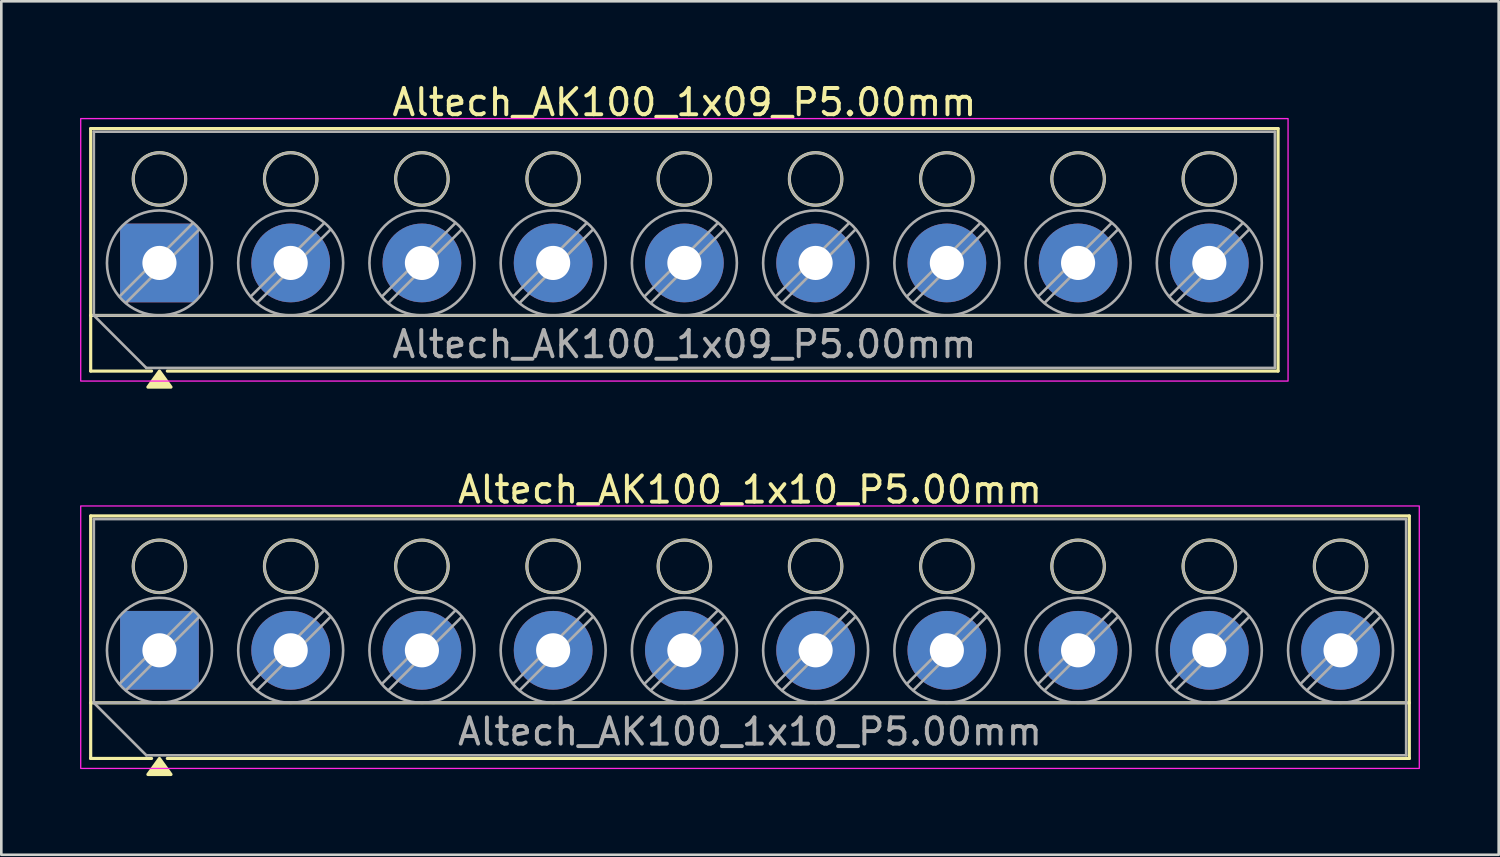
<source format=kicad_pcb>
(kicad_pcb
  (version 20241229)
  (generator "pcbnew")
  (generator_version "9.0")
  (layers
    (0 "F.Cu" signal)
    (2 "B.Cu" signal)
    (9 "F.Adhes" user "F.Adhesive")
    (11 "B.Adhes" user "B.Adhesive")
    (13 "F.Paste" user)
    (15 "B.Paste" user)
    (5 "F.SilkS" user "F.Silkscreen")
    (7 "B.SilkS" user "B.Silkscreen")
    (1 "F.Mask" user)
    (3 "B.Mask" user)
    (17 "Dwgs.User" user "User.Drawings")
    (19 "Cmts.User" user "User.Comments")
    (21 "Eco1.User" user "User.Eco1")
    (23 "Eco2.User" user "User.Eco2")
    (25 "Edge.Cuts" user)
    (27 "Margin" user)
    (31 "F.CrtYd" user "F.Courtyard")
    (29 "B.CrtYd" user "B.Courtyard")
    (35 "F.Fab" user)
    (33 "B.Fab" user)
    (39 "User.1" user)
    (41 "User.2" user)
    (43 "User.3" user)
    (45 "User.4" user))
  (footprint "Altech_AK100_1x10_P5.00mm"
    (layer "F.Cu")
    (at 3.025 21.727)
    (property "Reference" "Altech_AK100_1x10_P5.00mm" (at 22.5 -6.12 0) (layer "F.SilkS") (effects (font (size 1 1) (thickness 0.15))))
    (attr through_hole)
    (fp_line (start -2.62 -5.12) (end 47.62 -5.12) (stroke (width 0.12) (type solid)) (layer "F.SilkS"))
    (fp_line (start -2.62 2) (end 47.62 2) (stroke (width 0.12) (type solid)) (layer "F.SilkS"))
    (fp_line (start -2.62 4.12) (end -2.62 -5.12) (stroke (width 0.12) (type solid)) (layer "F.SilkS"))
    (fp_line (start -0.3 4.12) (end -2.62 4.12) (stroke (width 0.12) (type solid)) (layer "F.SilkS"))
    (fp_line (start 47.62 -5.12) (end 47.62 4.12) (stroke (width 0.12) (type solid)) (layer "F.SilkS"))
    (fp_line (start 47.62 4.12) (end 0.3 4.12) (stroke (width 0.12) (type solid)) (layer "F.SilkS"))
    (fp_circle (center 0 -3.2) (end 1 -3.2) (stroke (width 0.12) (type solid)) (fill no) (layer "F.SilkS"))
    (fp_circle (center 5 -3.2) (end 6 -3.2) (stroke (width 0.12) (type solid)) (fill no) (layer "F.SilkS"))
    (fp_circle (center 10 -3.2) (end 11 -3.2) (stroke (width 0.12) (type solid)) (fill no) (layer "F.SilkS"))
    (fp_circle (center 15 -3.2) (end 16 -3.2) (stroke (width 0.12) (type solid)) (fill no) (layer "F.SilkS"))
    (fp_circle (center 20 -3.2) (end 21 -3.2) (stroke (width 0.12) (type solid)) (fill no) (layer "F.SilkS"))
    (fp_circle (center 25 -3.2) (end 26 -3.2) (stroke (width 0.12) (type solid)) (fill no) (layer "F.SilkS"))
    (fp_circle (center 30 -3.2) (end 31 -3.2) (stroke (width 0.12) (type solid)) (fill no) (layer "F.SilkS"))
    (fp_circle (center 35 -3.2) (end 36 -3.2) (stroke (width 0.12) (type solid)) (fill no) (layer "F.SilkS"))
    (fp_circle (center 40 -3.2) (end 41 -3.2) (stroke (width 0.12) (type solid)) (fill no) (layer "F.SilkS"))
    (fp_circle (center 45 -3.2) (end 46 -3.2) (stroke (width 0.12) (type solid)) (fill no) (layer "F.SilkS"))
    (fp_poly (pts (xy 0 4.12) (xy 0.44 4.73) (xy -0.44 4.73)) (stroke (width 0.12) (type solid)) (fill yes) (layer "F.SilkS"))
    (fp_rect (start -3 -5.5) (end 48 4.5) (stroke (width 0.05) (type solid)) (fill no) (layer "F.CrtYd"))
    (fp_line (start -2.5 -5) (end 47.5 -5) (stroke (width 0.1) (type solid)) (layer "F.Fab"))
    (fp_line (start -2.5 2) (end -2.5 -5) (stroke (width 0.1) (type solid)) (layer "F.Fab"))
    (fp_line (start -2.5 2) (end 47.5 2) (stroke (width 0.1) (type solid)) (layer "F.Fab"))
    (fp_line (start -0.5 4) (end -2.5 2) (stroke (width 0.1) (type solid)) (layer "F.Fab"))
    (fp_line (start 1.273 -1.517) (end -1.517 1.273) (stroke (width 0.1) (type solid)) (layer "F.Fab"))
    (fp_line (start 1.517 -1.273) (end -1.273 1.517) (stroke (width 0.1) (type solid)) (layer "F.Fab"))
    (fp_line (start 6.273 -1.517) (end 3.483 1.273) (stroke (width 0.1) (type solid)) (layer "F.Fab"))
    (fp_line (start 6.517 -1.273) (end 3.727 1.517) (stroke (width 0.1) (type solid)) (layer "F.Fab"))
    (fp_line (start 11.273 -1.517) (end 8.483 1.273) (stroke (width 0.1) (type solid)) (layer "F.Fab"))
    (fp_line (start 11.517 -1.273) (end 8.727 1.517) (stroke (width 0.1) (type solid)) (layer "F.Fab"))
    (fp_line (start 16.273 -1.517) (end 13.483 1.273) (stroke (width 0.1) (type solid)) (layer "F.Fab"))
    (fp_line (start 16.517 -1.273) (end 13.727 1.517) (stroke (width 0.1) (type solid)) (layer "F.Fab"))
    (fp_line (start 21.273 -1.517) (end 18.483 1.273) (stroke (width 0.1) (type solid)) (layer "F.Fab"))
    (fp_line (start 21.517 -1.273) (end 18.727 1.517) (stroke (width 0.1) (type solid)) (layer "F.Fab"))
    (fp_line (start 26.273 -1.517) (end 23.483 1.273) (stroke (width 0.1) (type solid)) (layer "F.Fab"))
    (fp_line (start 26.517 -1.273) (end 23.727 1.517) (stroke (width 0.1) (type solid)) (layer "F.Fab"))
    (fp_line (start 31.273 -1.517) (end 28.483 1.273) (stroke (width 0.1) (type solid)) (layer "F.Fab"))
    (fp_line (start 31.517 -1.273) (end 28.727 1.517) (stroke (width 0.1) (type solid)) (layer "F.Fab"))
    (fp_line (start 36.273 -1.517) (end 33.483 1.273) (stroke (width 0.1) (type solid)) (layer "F.Fab"))
    (fp_line (start 36.517 -1.273) (end 33.727 1.517) (stroke (width 0.1) (type solid)) (layer "F.Fab"))
    (fp_line (start 41.273 -1.517) (end 38.483 1.273) (stroke (width 0.1) (type solid)) (layer "F.Fab"))
    (fp_line (start 41.517 -1.273) (end 38.727 1.517) (stroke (width 0.1) (type solid)) (layer "F.Fab"))
    (fp_line (start 46.273 -1.517) (end 43.483 1.273) (stroke (width 0.1) (type solid)) (layer "F.Fab"))
    (fp_line (start 46.517 -1.273) (end 43.727 1.517) (stroke (width 0.1) (type solid)) (layer "F.Fab"))
    (fp_line (start 47.5 -5) (end 47.5 4) (stroke (width 0.1) (type solid)) (layer "F.Fab"))
    (fp_line (start 47.5 4) (end -0.5 4) (stroke (width 0.1) (type solid)) (layer "F.Fab"))
    (fp_circle (center 0 -3.2) (end 1 -3.2) (stroke (width 0.1) (type solid)) (fill no) (layer "F.Fab"))
    (fp_circle (center 0 0) (end 2 0) (stroke (width 0.1) (type solid)) (fill no) (layer "F.Fab"))
    (fp_circle (center 5 -3.2) (end 6 -3.2) (stroke (width 0.1) (type solid)) (fill no) (layer "F.Fab"))
    (fp_circle (center 5 0) (end 7 0) (stroke (width 0.1) (type solid)) (fill no) (layer "F.Fab"))
    (fp_circle (center 10 -3.2) (end 11 -3.2) (stroke (width 0.1) (type solid)) (fill no) (layer "F.Fab"))
    (fp_circle (center 10 0) (end 12 0) (stroke (width 0.1) (type solid)) (fill no) (layer "F.Fab"))
    (fp_circle (center 15 -3.2) (end 16 -3.2) (stroke (width 0.1) (type solid)) (fill no) (layer "F.Fab"))
    (fp_circle (center 15 0) (end 17 0) (stroke (width 0.1) (type solid)) (fill no) (layer "F.Fab"))
    (fp_circle (center 20 -3.2) (end 21 -3.2) (stroke (width 0.1) (type solid)) (fill no) (layer "F.Fab"))
    (fp_circle (center 20 0) (end 22 0) (stroke (width 0.1) (type solid)) (fill no) (layer "F.Fab"))
    (fp_circle (center 25 -3.2) (end 26 -3.2) (stroke (width 0.1) (type solid)) (fill no) (layer "F.Fab"))
    (fp_circle (center 25 0) (end 27 0) (stroke (width 0.1) (type solid)) (fill no) (layer "F.Fab"))
    (fp_circle (center 30 -3.2) (end 31 -3.2) (stroke (width 0.1) (type solid)) (fill no) (layer "F.Fab"))
    (fp_circle (center 30 0) (end 32 0) (stroke (width 0.1) (type solid)) (fill no) (layer "F.Fab"))
    (fp_circle (center 35 -3.2) (end 36 -3.2) (stroke (width 0.1) (type solid)) (fill no) (layer "F.Fab"))
    (fp_circle (center 35 0) (end 37 0) (stroke (width 0.1) (type solid)) (fill no) (layer "F.Fab"))
    (fp_circle (center 40 -3.2) (end 41 -3.2) (stroke (width 0.1) (type solid)) (fill no) (layer "F.Fab"))
    (fp_circle (center 40 0) (end 42 0) (stroke (width 0.1) (type solid)) (fill no) (layer "F.Fab"))
    (fp_circle (center 45 -3.2) (end 46 -3.2) (stroke (width 0.1) (type solid)) (fill no) (layer "F.Fab"))
    (fp_circle (center 45 0) (end 47 0) (stroke (width 0.1) (type solid)) (fill no) (layer "F.Fab"))
    (fp_text user "${REFERENCE}" (at 22.5 3.1 0) (layer "F.Fab") (effects (font (size 1 1) (thickness 0.15))))
    (pad "1" thru_hole roundrect (at 0 0) (size 3 3) (drill 1.3) (layers "*.Cu" "*.Mask") (roundrect_rratio 0.083))
    (pad "2" thru_hole circle (at 5 0) (size 3 3) (drill 1.3) (layers "*.Cu" "*.Mask"))
    (pad "3" thru_hole circle (at 10 0) (size 3 3) (drill 1.3) (layers "*.Cu" "*.Mask"))
    (pad "4" thru_hole circle (at 15 0) (size 3 3) (drill 1.3) (layers "*.Cu" "*.Mask"))
    (pad "5" thru_hole circle (at 20 0) (size 3 3) (drill 1.3) (layers "*.Cu" "*.Mask"))
    (pad "6" thru_hole circle (at 25 0) (size 3 3) (drill 1.3) (layers "*.Cu" "*.Mask"))
    (pad "7" thru_hole circle (at 30 0) (size 3 3) (drill 1.3) (layers "*.Cu" "*.Mask"))
    (pad "8" thru_hole circle (at 35 0) (size 3 3) (drill 1.3) (layers "*.Cu" "*.Mask"))
    (pad "9" thru_hole circle (at 40 0) (size 3 3) (drill 1.3) (layers "*.Cu" "*.Mask"))
    (pad "10" thru_hole circle (at 45 0) (size 3 3) (drill 1.3) (layers "*.Cu" "*.Mask")))
  (footprint "Altech_AK100_1x09_P5.00mm"
    (layer "F.Cu")
    (at 3.025 6.968)
    (property "Reference" "Altech_AK100_1x09_P5.00mm" (at 20 -6.12 0) (layer "F.SilkS") (effects (font (size 1 1) (thickness 0.15))))
    (attr through_hole)
    (fp_line (start -2.62 -5.12) (end 42.62 -5.12) (stroke (width 0.12) (type solid)) (layer "F.SilkS"))
    (fp_line (start -2.62 2) (end 42.62 2) (stroke (width 0.12) (type solid)) (layer "F.SilkS"))
    (fp_line (start -2.62 4.12) (end -2.62 -5.12) (stroke (width 0.12) (type solid)) (layer "F.SilkS"))
    (fp_line (start -0.3 4.12) (end -2.62 4.12) (stroke (width 0.12) (type solid)) (layer "F.SilkS"))
    (fp_line (start 42.62 -5.12) (end 42.62 4.12) (stroke (width 0.12) (type solid)) (layer "F.SilkS"))
    (fp_line (start 42.62 4.12) (end 0.3 4.12) (stroke (width 0.12) (type solid)) (layer "F.SilkS"))
    (fp_circle (center 0 -3.2) (end 1 -3.2) (stroke (width 0.12) (type solid)) (fill no) (layer "F.SilkS"))
    (fp_circle (center 5 -3.2) (end 6 -3.2) (stroke (width 0.12) (type solid)) (fill no) (layer "F.SilkS"))
    (fp_circle (center 10 -3.2) (end 11 -3.2) (stroke (width 0.12) (type solid)) (fill no) (layer "F.SilkS"))
    (fp_circle (center 15 -3.2) (end 16 -3.2) (stroke (width 0.12) (type solid)) (fill no) (layer "F.SilkS"))
    (fp_circle (center 20 -3.2) (end 21 -3.2) (stroke (width 0.12) (type solid)) (fill no) (layer "F.SilkS"))
    (fp_circle (center 25 -3.2) (end 26 -3.2) (stroke (width 0.12) (type solid)) (fill no) (layer "F.SilkS"))
    (fp_circle (center 30 -3.2) (end 31 -3.2) (stroke (width 0.12) (type solid)) (fill no) (layer "F.SilkS"))
    (fp_circle (center 35 -3.2) (end 36 -3.2) (stroke (width 0.12) (type solid)) (fill no) (layer "F.SilkS"))
    (fp_circle (center 40 -3.2) (end 41 -3.2) (stroke (width 0.12) (type solid)) (fill no) (layer "F.SilkS"))
    (fp_poly (pts (xy 0 4.12) (xy 0.44 4.73) (xy -0.44 4.73)) (stroke (width 0.12) (type solid)) (fill yes) (layer "F.SilkS"))
    (fp_rect (start -3 -5.5) (end 43 4.5) (stroke (width 0.05) (type solid)) (fill no) (layer "F.CrtYd"))
    (fp_line (start -2.5 -5) (end 42.5 -5) (stroke (width 0.1) (type solid)) (layer "F.Fab"))
    (fp_line (start -2.5 2) (end -2.5 -5) (stroke (width 0.1) (type solid)) (layer "F.Fab"))
    (fp_line (start -2.5 2) (end 42.5 2) (stroke (width 0.1) (type solid)) (layer "F.Fab"))
    (fp_line (start -0.5 4) (end -2.5 2) (stroke (width 0.1) (type solid)) (layer "F.Fab"))
    (fp_line (start 1.273 -1.517) (end -1.517 1.273) (stroke (width 0.1) (type solid)) (layer "F.Fab"))
    (fp_line (start 1.517 -1.273) (end -1.273 1.517) (stroke (width 0.1) (type solid)) (layer "F.Fab"))
    (fp_line (start 6.273 -1.517) (end 3.483 1.273) (stroke (width 0.1) (type solid)) (layer "F.Fab"))
    (fp_line (start 6.517 -1.273) (end 3.727 1.517) (stroke (width 0.1) (type solid)) (layer "F.Fab"))
    (fp_line (start 11.273 -1.517) (end 8.483 1.273) (stroke (width 0.1) (type solid)) (layer "F.Fab"))
    (fp_line (start 11.517 -1.273) (end 8.727 1.517) (stroke (width 0.1) (type solid)) (layer "F.Fab"))
    (fp_line (start 16.273 -1.517) (end 13.483 1.273) (stroke (width 0.1) (type solid)) (layer "F.Fab"))
    (fp_line (start 16.517 -1.273) (end 13.727 1.517) (stroke (width 0.1) (type solid)) (layer "F.Fab"))
    (fp_line (start 21.273 -1.517) (end 18.483 1.273) (stroke (width 0.1) (type solid)) (layer "F.Fab"))
    (fp_line (start 21.517 -1.273) (end 18.727 1.517) (stroke (width 0.1) (type solid)) (layer "F.Fab"))
    (fp_line (start 26.273 -1.517) (end 23.483 1.273) (stroke (width 0.1) (type solid)) (layer "F.Fab"))
    (fp_line (start 26.517 -1.273) (end 23.727 1.517) (stroke (width 0.1) (type solid)) (layer "F.Fab"))
    (fp_line (start 31.273 -1.517) (end 28.483 1.273) (stroke (width 0.1) (type solid)) (layer "F.Fab"))
    (fp_line (start 31.517 -1.273) (end 28.727 1.517) (stroke (width 0.1) (type solid)) (layer "F.Fab"))
    (fp_line (start 36.273 -1.517) (end 33.483 1.273) (stroke (width 0.1) (type solid)) (layer "F.Fab"))
    (fp_line (start 36.517 -1.273) (end 33.727 1.517) (stroke (width 0.1) (type solid)) (layer "F.Fab"))
    (fp_line (start 41.273 -1.517) (end 38.483 1.273) (stroke (width 0.1) (type solid)) (layer "F.Fab"))
    (fp_line (start 41.517 -1.273) (end 38.727 1.517) (stroke (width 0.1) (type solid)) (layer "F.Fab"))
    (fp_line (start 42.5 -5) (end 42.5 4) (stroke (width 0.1) (type solid)) (layer "F.Fab"))
    (fp_line (start 42.5 4) (end -0.5 4) (stroke (width 0.1) (type solid)) (layer "F.Fab"))
    (fp_circle (center 0 -3.2) (end 1 -3.2) (stroke (width 0.1) (type solid)) (fill no) (layer "F.Fab"))
    (fp_circle (center 0 0) (end 2 0) (stroke (width 0.1) (type solid)) (fill no) (layer "F.Fab"))
    (fp_circle (center 5 -3.2) (end 6 -3.2) (stroke (width 0.1) (type solid)) (fill no) (layer "F.Fab"))
    (fp_circle (center 5 0) (end 7 0) (stroke (width 0.1) (type solid)) (fill no) (layer "F.Fab"))
    (fp_circle (center 10 -3.2) (end 11 -3.2) (stroke (width 0.1) (type solid)) (fill no) (layer "F.Fab"))
    (fp_circle (center 10 0) (end 12 0) (stroke (width 0.1) (type solid)) (fill no) (layer "F.Fab"))
    (fp_circle (center 15 -3.2) (end 16 -3.2) (stroke (width 0.1) (type solid)) (fill no) (layer "F.Fab"))
    (fp_circle (center 15 0) (end 17 0) (stroke (width 0.1) (type solid)) (fill no) (layer "F.Fab"))
    (fp_circle (center 20 -3.2) (end 21 -3.2) (stroke (width 0.1) (type solid)) (fill no) (layer "F.Fab"))
    (fp_circle (center 20 0) (end 22 0) (stroke (width 0.1) (type solid)) (fill no) (layer "F.Fab"))
    (fp_circle (center 25 -3.2) (end 26 -3.2) (stroke (width 0.1) (type solid)) (fill no) (layer "F.Fab"))
    (fp_circle (center 25 0) (end 27 0) (stroke (width 0.1) (type solid)) (fill no) (layer "F.Fab"))
    (fp_circle (center 30 -3.2) (end 31 -3.2) (stroke (width 0.1) (type solid)) (fill no) (layer "F.Fab"))
    (fp_circle (center 30 0) (end 32 0) (stroke (width 0.1) (type solid)) (fill no) (layer "F.Fab"))
    (fp_circle (center 35 -3.2) (end 36 -3.2) (stroke (width 0.1) (type solid)) (fill no) (layer "F.Fab"))
    (fp_circle (center 35 0) (end 37 0) (stroke (width 0.1) (type solid)) (fill no) (layer "F.Fab"))
    (fp_circle (center 40 -3.2) (end 41 -3.2) (stroke (width 0.1) (type solid)) (fill no) (layer "F.Fab"))
    (fp_circle (center 40 0) (end 42 0) (stroke (width 0.1) (type solid)) (fill no) (layer "F.Fab"))
    (fp_text user "${REFERENCE}" (at 20 3.1 0) (layer "F.Fab") (effects (font (size 1 1) (thickness 0.15))))
    (pad "1" thru_hole roundrect (at 0 0) (size 3 3) (drill 1.3) (layers "*.Cu" "*.Mask") (roundrect_rratio 0.083))
    (pad "2" thru_hole circle (at 5 0) (size 3 3) (drill 1.3) (layers "*.Cu" "*.Mask"))
    (pad "3" thru_hole circle (at 10 0) (size 3 3) (drill 1.3) (layers "*.Cu" "*.Mask"))
    (pad "4" thru_hole circle (at 15 0) (size 3 3) (drill 1.3) (layers "*.Cu" "*.Mask"))
    (pad "5" thru_hole circle (at 20 0) (size 3 3) (drill 1.3) (layers "*.Cu" "*.Mask"))
    (pad "6" thru_hole circle (at 25 0) (size 3 3) (drill 1.3) (layers "*.Cu" "*.Mask"))
    (pad "7" thru_hole circle (at 30 0) (size 3 3) (drill 1.3) (layers "*.Cu" "*.Mask"))
    (pad "8" thru_hole circle (at 35 0) (size 3 3) (drill 1.3) (layers "*.Cu" "*.Mask"))
    (pad "9" thru_hole circle (at 40 0) (size 3 3) (drill 1.3) (layers "*.Cu" "*.Mask")))
  (gr_rect
    (start -3 -3)
    (end 54.05 29.517)
    (stroke (width 0.1) (type default))
    (fill no)
    (layer "Edge.Cuts")))
</source>
